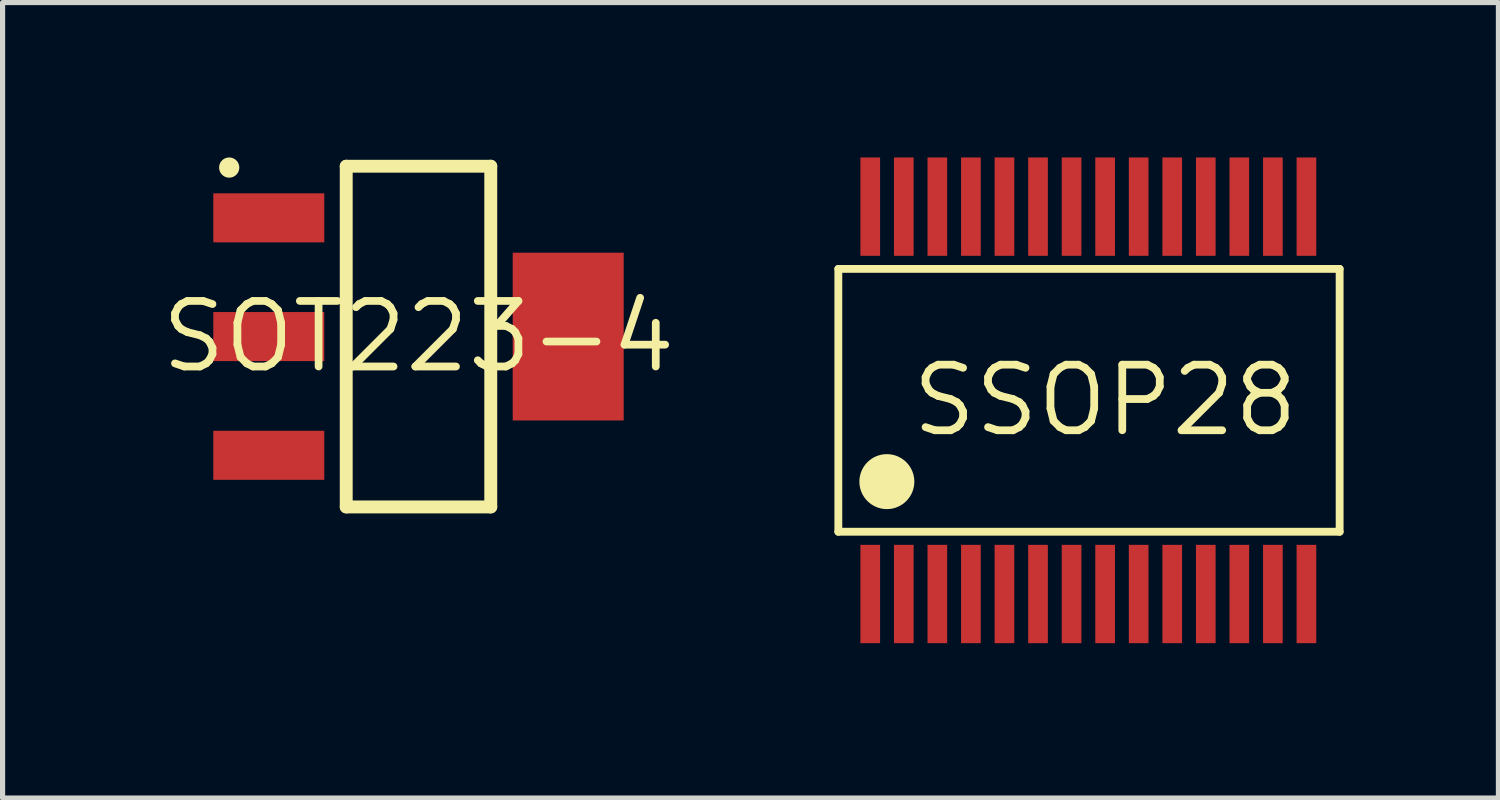
<source format=kicad_pcb>
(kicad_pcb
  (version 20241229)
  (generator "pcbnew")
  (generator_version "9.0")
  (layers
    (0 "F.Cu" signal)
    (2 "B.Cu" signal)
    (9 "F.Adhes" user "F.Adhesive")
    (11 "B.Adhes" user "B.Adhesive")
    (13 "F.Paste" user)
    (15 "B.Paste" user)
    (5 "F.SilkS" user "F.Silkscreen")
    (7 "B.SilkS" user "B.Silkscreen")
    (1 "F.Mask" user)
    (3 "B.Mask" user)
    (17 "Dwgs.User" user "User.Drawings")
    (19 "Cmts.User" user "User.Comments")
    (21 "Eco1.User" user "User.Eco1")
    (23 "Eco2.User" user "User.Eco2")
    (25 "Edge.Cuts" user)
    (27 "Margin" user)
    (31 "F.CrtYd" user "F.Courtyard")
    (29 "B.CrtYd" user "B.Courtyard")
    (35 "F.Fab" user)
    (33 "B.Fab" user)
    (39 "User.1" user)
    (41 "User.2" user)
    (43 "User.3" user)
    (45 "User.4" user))
  (footprint "SOT223-4"
    (layer "F.Cu")
    (at 5.057 3.47)
    (property "Reference" "SOT223-4" (at 0 0 0) (layer "F.SilkS") (effects (font (size 1.27 1.27) (thickness 0.15))))
    (fp_poly (pts (xy -3.975 -1.825) (xy -3.975 -2.775) (xy -1.825 -2.775) (xy -1.825 -1.825)) (stroke (width 0) (type default)) (fill yes) (layer "F.Mask"))
    (fp_poly (pts (xy -3.975 0.475) (xy -3.975 -0.475) (xy -1.825 -0.475) (xy -1.825 0.475)) (stroke (width 0) (type default)) (fill yes) (layer "F.Mask"))
    (fp_poly (pts (xy -3.975 2.775) (xy -3.975 1.825) (xy -1.825 1.825) (xy -1.825 2.775)) (stroke (width 0) (type default)) (fill yes) (layer "F.Mask"))
    (fp_line (start -1.4 -3.3) (end -1.4 3.3) (stroke (width 0.25) (type solid)) (layer "F.SilkS"))
    (fp_line (start -1.4 -3.3) (end 1.4 -3.3) (stroke (width 0.25) (type solid)) (layer "F.SilkS"))
    (fp_line (start -1.4 3.3) (end 1.4 3.3) (stroke (width 0.25) (type solid)) (layer "F.SilkS"))
    (fp_line (start 1.4 -3.3) (end 1.4 3.3) (stroke (width 0.25) (type solid)) (layer "F.SilkS"))
    (fp_circle (center -3.667 -3.274) (end -3.569 -3.274) (stroke (width 0.196) (type solid)) (fill yes) (layer "F.SilkS"))
    (fp_poly (pts (xy -3.975 -1.825) (xy -3.975 -2.775) (xy -1.825 -2.775) (xy -1.825 -1.825)) (stroke (width 0) (type default)) (fill yes) (layer "F.Paste"))
    (fp_poly (pts (xy -3.975 0.475) (xy -3.975 -0.475) (xy -1.825 -0.475) (xy -1.825 0.475)) (stroke (width 0) (type default)) (fill yes) (layer "F.Paste"))
    (fp_poly (pts (xy -3.975 2.775) (xy -3.975 1.825) (xy -1.825 1.825) (xy -1.825 2.775)) (stroke (width 0) (type default)) (fill yes) (layer "F.Paste"))
    (pad "1" smd rect (at -2.9 -2.3 90) (size 0.95 2.15) (layers "F.Cu"))
    (pad "2" smd rect (at -2.9 0 90) (size 0.95 2.15) (layers "F.Cu"))
    (pad "3" smd rect (at -2.9 2.3 90) (size 0.95 2.15) (layers "F.Cu"))
    (pad "4" smd rect (at 2.9 0 90) (size 3.25 2.15) (layers "F.Cu" "F.Mask" "F.Paste")))
  (footprint "SSOP28"
    (layer "F.Cu")
    (at 18.358 4.705)
    (property "Reference" "SSOP28" (at 0 0 0) (layer "F.SilkS") (effects (font (size 1.27 1.27) (thickness 0.15))))
    (fp_poly (pts (xy -4.74 -2.8) (xy -4.359 -2.8) (xy -4.359 -4.705) (xy -4.74 -4.705)) (stroke (width 0) (type default)) (fill yes) (layer "F.Mask"))
    (fp_poly (pts (xy -4.74 4.705) (xy -4.359 4.705) (xy -4.359 2.8) (xy -4.74 2.8)) (stroke (width 0) (type default)) (fill yes) (layer "F.Mask"))
    (fp_poly (pts (xy -4.091 -2.8) (xy -3.709 -2.8) (xy -3.709 -4.705) (xy -4.091 -4.705)) (stroke (width 0) (type default)) (fill yes) (layer "F.Mask"))
    (fp_poly (pts (xy -4.091 4.705) (xy -3.709 4.705) (xy -3.709 2.8) (xy -4.091 2.8)) (stroke (width 0) (type default)) (fill yes) (layer "F.Mask"))
    (fp_poly (pts (xy -3.441 -2.8) (xy -3.059 -2.8) (xy -3.059 -4.705) (xy -3.441 -4.705)) (stroke (width 0) (type default)) (fill yes) (layer "F.Mask"))
    (fp_poly (pts (xy -3.441 4.705) (xy -3.059 4.705) (xy -3.059 2.8) (xy -3.441 2.8)) (stroke (width 0) (type default)) (fill yes) (layer "F.Mask"))
    (fp_poly (pts (xy -2.791 -2.8) (xy -2.409 -2.8) (xy -2.409 -4.705) (xy -2.791 -4.705)) (stroke (width 0) (type default)) (fill yes) (layer "F.Mask"))
    (fp_poly (pts (xy -2.791 4.705) (xy -2.409 4.705) (xy -2.409 2.8) (xy -2.791 2.8)) (stroke (width 0) (type default)) (fill yes) (layer "F.Mask"))
    (fp_poly (pts (xy -2.141 -2.8) (xy -1.76 -2.8) (xy -1.76 -4.705) (xy -2.141 -4.705)) (stroke (width 0) (type default)) (fill yes) (layer "F.Mask"))
    (fp_poly (pts (xy -2.141 4.705) (xy -1.76 4.705) (xy -1.76 2.8) (xy -2.141 2.8)) (stroke (width 0) (type default)) (fill yes) (layer "F.Mask"))
    (fp_poly (pts (xy -1.49 -2.8) (xy -1.109 -2.8) (xy -1.109 -4.705) (xy -1.49 -4.705)) (stroke (width 0) (type default)) (fill yes) (layer "F.Mask"))
    (fp_poly (pts (xy -1.49 4.705) (xy -1.109 4.705) (xy -1.109 2.8) (xy -1.49 2.8)) (stroke (width 0) (type default)) (fill yes) (layer "F.Mask"))
    (fp_poly (pts (xy -0.841 -2.8) (xy -0.459 -2.8) (xy -0.459 -4.705) (xy -0.841 -4.705)) (stroke (width 0) (type default)) (fill yes) (layer "F.Mask"))
    (fp_poly (pts (xy -0.841 4.705) (xy -0.459 4.705) (xy -0.459 2.8) (xy -0.841 2.8)) (stroke (width 0) (type default)) (fill yes) (layer "F.Mask"))
    (fp_poly (pts (xy -0.191 -2.8) (xy 0.191 -2.8) (xy 0.191 -4.705) (xy -0.191 -4.705)) (stroke (width 0) (type default)) (fill yes) (layer "F.Mask"))
    (fp_poly (pts (xy -0.191 4.705) (xy 0.191 4.705) (xy 0.191 2.8) (xy -0.191 2.8)) (stroke (width 0) (type default)) (fill yes) (layer "F.Mask"))
    (fp_poly (pts (xy 0.459 -2.8) (xy 0.841 -2.8) (xy 0.841 -4.705) (xy 0.459 -4.705)) (stroke (width 0) (type default)) (fill yes) (layer "F.Mask"))
    (fp_poly (pts (xy 0.459 4.705) (xy 0.841 4.705) (xy 0.841 2.8) (xy 0.459 2.8)) (stroke (width 0) (type default)) (fill yes) (layer "F.Mask"))
    (fp_poly (pts (xy 1.109 -2.8) (xy 1.49 -2.8) (xy 1.49 -4.705) (xy 1.109 -4.705)) (stroke (width 0) (type default)) (fill yes) (layer "F.Mask"))
    (fp_poly (pts (xy 1.109 4.705) (xy 1.49 4.705) (xy 1.49 2.8) (xy 1.109 2.8)) (stroke (width 0) (type default)) (fill yes) (layer "F.Mask"))
    (fp_poly (pts (xy 1.76 -2.8) (xy 2.141 -2.8) (xy 2.141 -4.705) (xy 1.76 -4.705)) (stroke (width 0) (type default)) (fill yes) (layer "F.Mask"))
    (fp_poly (pts (xy 1.76 4.705) (xy 2.141 4.705) (xy 2.141 2.8) (xy 1.76 2.8)) (stroke (width 0) (type default)) (fill yes) (layer "F.Mask"))
    (fp_poly (pts (xy 2.409 -2.8) (xy 2.791 -2.8) (xy 2.791 -4.705) (xy 2.409 -4.705)) (stroke (width 0) (type default)) (fill yes) (layer "F.Mask"))
    (fp_poly (pts (xy 2.409 4.705) (xy 2.791 4.705) (xy 2.791 2.8) (xy 2.409 2.8)) (stroke (width 0) (type default)) (fill yes) (layer "F.Mask"))
    (fp_poly (pts (xy 3.059 -2.8) (xy 3.441 -2.8) (xy 3.441 -4.705) (xy 3.059 -4.705)) (stroke (width 0) (type default)) (fill yes) (layer "F.Mask"))
    (fp_poly (pts (xy 3.059 4.705) (xy 3.441 4.705) (xy 3.441 2.8) (xy 3.059 2.8)) (stroke (width 0) (type default)) (fill yes) (layer "F.Mask"))
    (fp_poly (pts (xy 3.709 -2.8) (xy 4.091 -2.8) (xy 4.091 -4.705) (xy 3.709 -4.705)) (stroke (width 0) (type default)) (fill yes) (layer "F.Mask"))
    (fp_poly (pts (xy 3.709 4.705) (xy 4.091 4.705) (xy 4.091 2.8) (xy 3.709 2.8)) (stroke (width 0) (type default)) (fill yes) (layer "F.Mask"))
    (fp_line (start -5.168 -2.546) (end -5.168 2.546) (stroke (width 0.152) (type solid)) (layer "F.SilkS"))
    (fp_line (start -5.168 2.546) (end 4.543 2.546) (stroke (width 0.152) (type solid)) (layer "F.SilkS"))
    (fp_line (start 4.543 -2.546) (end -5.168 -2.546) (stroke (width 0.152) (type solid)) (layer "F.SilkS"))
    (fp_line (start 4.543 2.546) (end 4.543 -2.546) (stroke (width 0.152) (type solid)) (layer "F.SilkS"))
    (fp_circle (center -4.228 1.575) (end -3.962 1.575) (stroke (width 0.533) (type solid)) (fill yes) (layer "F.SilkS"))
    (fp_poly (pts (xy -4.74 -2.8) (xy -4.359 -2.8) (xy -4.359 -4.705) (xy -4.74 -4.705)) (stroke (width 0) (type default)) (fill yes) (layer "F.Paste"))
    (fp_poly (pts (xy -4.74 4.705) (xy -4.359 4.705) (xy -4.359 2.8) (xy -4.74 2.8)) (stroke (width 0) (type default)) (fill yes) (layer "F.Paste"))
    (fp_poly (pts (xy -4.091 -2.8) (xy -3.709 -2.8) (xy -3.709 -4.705) (xy -4.091 -4.705)) (stroke (width 0) (type default)) (fill yes) (layer "F.Paste"))
    (fp_poly (pts (xy -4.091 4.705) (xy -3.709 4.705) (xy -3.709 2.8) (xy -4.091 2.8)) (stroke (width 0) (type default)) (fill yes) (layer "F.Paste"))
    (fp_poly (pts (xy -3.441 -2.8) (xy -3.059 -2.8) (xy -3.059 -4.705) (xy -3.441 -4.705)) (stroke (width 0) (type default)) (fill yes) (layer "F.Paste"))
    (fp_poly (pts (xy -3.441 4.705) (xy -3.059 4.705) (xy -3.059 2.8) (xy -3.441 2.8)) (stroke (width 0) (type default)) (fill yes) (layer "F.Paste"))
    (fp_poly (pts (xy -2.791 -2.8) (xy -2.409 -2.8) (xy -2.409 -4.705) (xy -2.791 -4.705)) (stroke (width 0) (type default)) (fill yes) (layer "F.Paste"))
    (fp_poly (pts (xy -2.791 4.705) (xy -2.409 4.705) (xy -2.409 2.8) (xy -2.791 2.8)) (stroke (width 0) (type default)) (fill yes) (layer "F.Paste"))
    (fp_poly (pts (xy -2.141 -2.8) (xy -1.76 -2.8) (xy -1.76 -4.705) (xy -2.141 -4.705)) (stroke (width 0) (type default)) (fill yes) (layer "F.Paste"))
    (fp_poly (pts (xy -2.141 4.705) (xy -1.76 4.705) (xy -1.76 2.8) (xy -2.141 2.8)) (stroke (width 0) (type default)) (fill yes) (layer "F.Paste"))
    (fp_poly (pts (xy -1.49 -2.8) (xy -1.109 -2.8) (xy -1.109 -4.705) (xy -1.49 -4.705)) (stroke (width 0) (type default)) (fill yes) (layer "F.Paste"))
    (fp_poly (pts (xy -1.49 4.705) (xy -1.109 4.705) (xy -1.109 2.8) (xy -1.49 2.8)) (stroke (width 0) (type default)) (fill yes) (layer "F.Paste"))
    (fp_poly (pts (xy -0.841 -2.8) (xy -0.459 -2.8) (xy -0.459 -4.705) (xy -0.841 -4.705)) (stroke (width 0) (type default)) (fill yes) (layer "F.Paste"))
    (fp_poly (pts (xy -0.841 4.705) (xy -0.459 4.705) (xy -0.459 2.8) (xy -0.841 2.8)) (stroke (width 0) (type default)) (fill yes) (layer "F.Paste"))
    (fp_poly (pts (xy -0.191 -2.8) (xy 0.191 -2.8) (xy 0.191 -4.705) (xy -0.191 -4.705)) (stroke (width 0) (type default)) (fill yes) (layer "F.Paste"))
    (fp_poly (pts (xy -0.191 4.705) (xy 0.191 4.705) (xy 0.191 2.8) (xy -0.191 2.8)) (stroke (width 0) (type default)) (fill yes) (layer "F.Paste"))
    (fp_poly (pts (xy 0.459 -2.8) (xy 0.841 -2.8) (xy 0.841 -4.705) (xy 0.459 -4.705)) (stroke (width 0) (type default)) (fill yes) (layer "F.Paste"))
    (fp_poly (pts (xy 0.459 4.705) (xy 0.841 4.705) (xy 0.841 2.8) (xy 0.459 2.8)) (stroke (width 0) (type default)) (fill yes) (layer "F.Paste"))
    (fp_poly (pts (xy 1.109 -2.8) (xy 1.49 -2.8) (xy 1.49 -4.705) (xy 1.109 -4.705)) (stroke (width 0) (type default)) (fill yes) (layer "F.Paste"))
    (fp_poly (pts (xy 1.109 4.705) (xy 1.49 4.705) (xy 1.49 2.8) (xy 1.109 2.8)) (stroke (width 0) (type default)) (fill yes) (layer "F.Paste"))
    (fp_poly (pts (xy 1.76 -2.8) (xy 2.141 -2.8) (xy 2.141 -4.705) (xy 1.76 -4.705)) (stroke (width 0) (type default)) (fill yes) (layer "F.Paste"))
    (fp_poly (pts (xy 1.76 4.705) (xy 2.141 4.705) (xy 2.141 2.8) (xy 1.76 2.8)) (stroke (width 0) (type default)) (fill yes) (layer "F.Paste"))
    (fp_poly (pts (xy 2.409 -2.8) (xy 2.791 -2.8) (xy 2.791 -4.705) (xy 2.409 -4.705)) (stroke (width 0) (type default)) (fill yes) (layer "F.Paste"))
    (fp_poly (pts (xy 2.409 4.705) (xy 2.791 4.705) (xy 2.791 2.8) (xy 2.409 2.8)) (stroke (width 0) (type default)) (fill yes) (layer "F.Paste"))
    (fp_poly (pts (xy 3.059 -2.8) (xy 3.441 -2.8) (xy 3.441 -4.705) (xy 3.059 -4.705)) (stroke (width 0) (type default)) (fill yes) (layer "F.Paste"))
    (fp_poly (pts (xy 3.059 4.705) (xy 3.441 4.705) (xy 3.441 2.8) (xy 3.059 2.8)) (stroke (width 0) (type default)) (fill yes) (layer "F.Paste"))
    (fp_poly (pts (xy 3.709 -2.8) (xy 4.091 -2.8) (xy 4.091 -4.705) (xy 3.709 -4.705)) (stroke (width 0) (type default)) (fill yes) (layer "F.Paste"))
    (fp_poly (pts (xy 3.709 4.705) (xy 4.091 4.705) (xy 4.091 2.8) (xy 3.709 2.8)) (stroke (width 0) (type default)) (fill yes) (layer "F.Paste"))
    (pad "1" smd rect (at -4.55 3.752 90) (size 1.905 0.381) (layers "F.Cu"))
    (pad "2" smd rect (at -3.9 3.752 90) (size 1.905 0.381) (layers "F.Cu"))
    (pad "3" smd rect (at -3.25 3.752 90) (size 1.905 0.381) (layers "F.Cu"))
    (pad "4" smd rect (at -2.6 3.752 90) (size 1.905 0.381) (layers "F.Cu"))
    (pad "5" smd rect (at -1.95 3.752 90) (size 1.905 0.381) (layers "F.Cu"))
    (pad "6" smd rect (at -1.3 3.752 90) (size 1.905 0.381) (layers "F.Cu"))
    (pad "7" smd rect (at -0.65 3.752 90) (size 1.905 0.381) (layers "F.Cu"))
    (pad "8" smd rect (at 0 3.752 90) (size 1.905 0.381) (layers "F.Cu"))
    (pad "9" smd rect (at 0.65 3.752 90) (size 1.905 0.381) (layers "F.Cu"))
    (pad "10" smd rect (at 1.3 3.752 90) (size 1.905 0.381) (layers "F.Cu"))
    (pad "11" smd rect (at 1.95 3.752 90) (size 1.905 0.381) (layers "F.Cu"))
    (pad "12" smd rect (at 2.6 3.752 90) (size 1.905 0.381) (layers "F.Cu"))
    (pad "13" smd rect (at 3.25 3.752 90) (size 1.905 0.381) (layers "F.Cu"))
    (pad "14" smd rect (at 3.9 3.752 90) (size 1.905 0.381) (layers "F.Cu"))
    (pad "15" smd rect (at 3.9 -3.752 90) (size 1.905 0.381) (layers "F.Cu"))
    (pad "16" smd rect (at 3.25 -3.752 90) (size 1.905 0.381) (layers "F.Cu"))
    (pad "17" smd rect (at 2.6 -3.752 90) (size 1.905 0.381) (layers "F.Cu"))
    (pad "18" smd rect (at 1.95 -3.752 90) (size 1.905 0.381) (layers "F.Cu"))
    (pad "19" smd rect (at 1.3 -3.752 90) (size 1.905 0.381) (layers "F.Cu"))
    (pad "20" smd rect (at 0.65 -3.752 90) (size 1.905 0.381) (layers "F.Cu"))
    (pad "21" smd rect (at 0 -3.752 90) (size 1.905 0.381) (layers "F.Cu"))
    (pad "22" smd rect (at -0.65 -3.752 90) (size 1.905 0.381) (layers "F.Cu"))
    (pad "23" smd rect (at -1.3 -3.752 90) (size 1.905 0.381) (layers "F.Cu"))
    (pad "24" smd rect (at -1.95 -3.752 90) (size 1.905 0.381) (layers "F.Cu"))
    (pad "25" smd rect (at -2.6 -3.752 90) (size 1.905 0.381) (layers "F.Cu"))
    (pad "26" smd rect (at -3.25 -3.752 90) (size 1.905 0.381) (layers "F.Cu"))
    (pad "27" smd rect (at -3.9 -3.752 90) (size 1.905 0.381) (layers "F.Cu"))
    (pad "28" smd rect (at -4.55 -3.752 90) (size 1.905 0.381) (layers "F.Cu")))
  (gr_rect
    (start -3 -3)
    (end 25.977 12.41)
    (stroke (width 0.1) (type default))
    (fill no)
    (layer "Edge.Cuts")))
</source>
